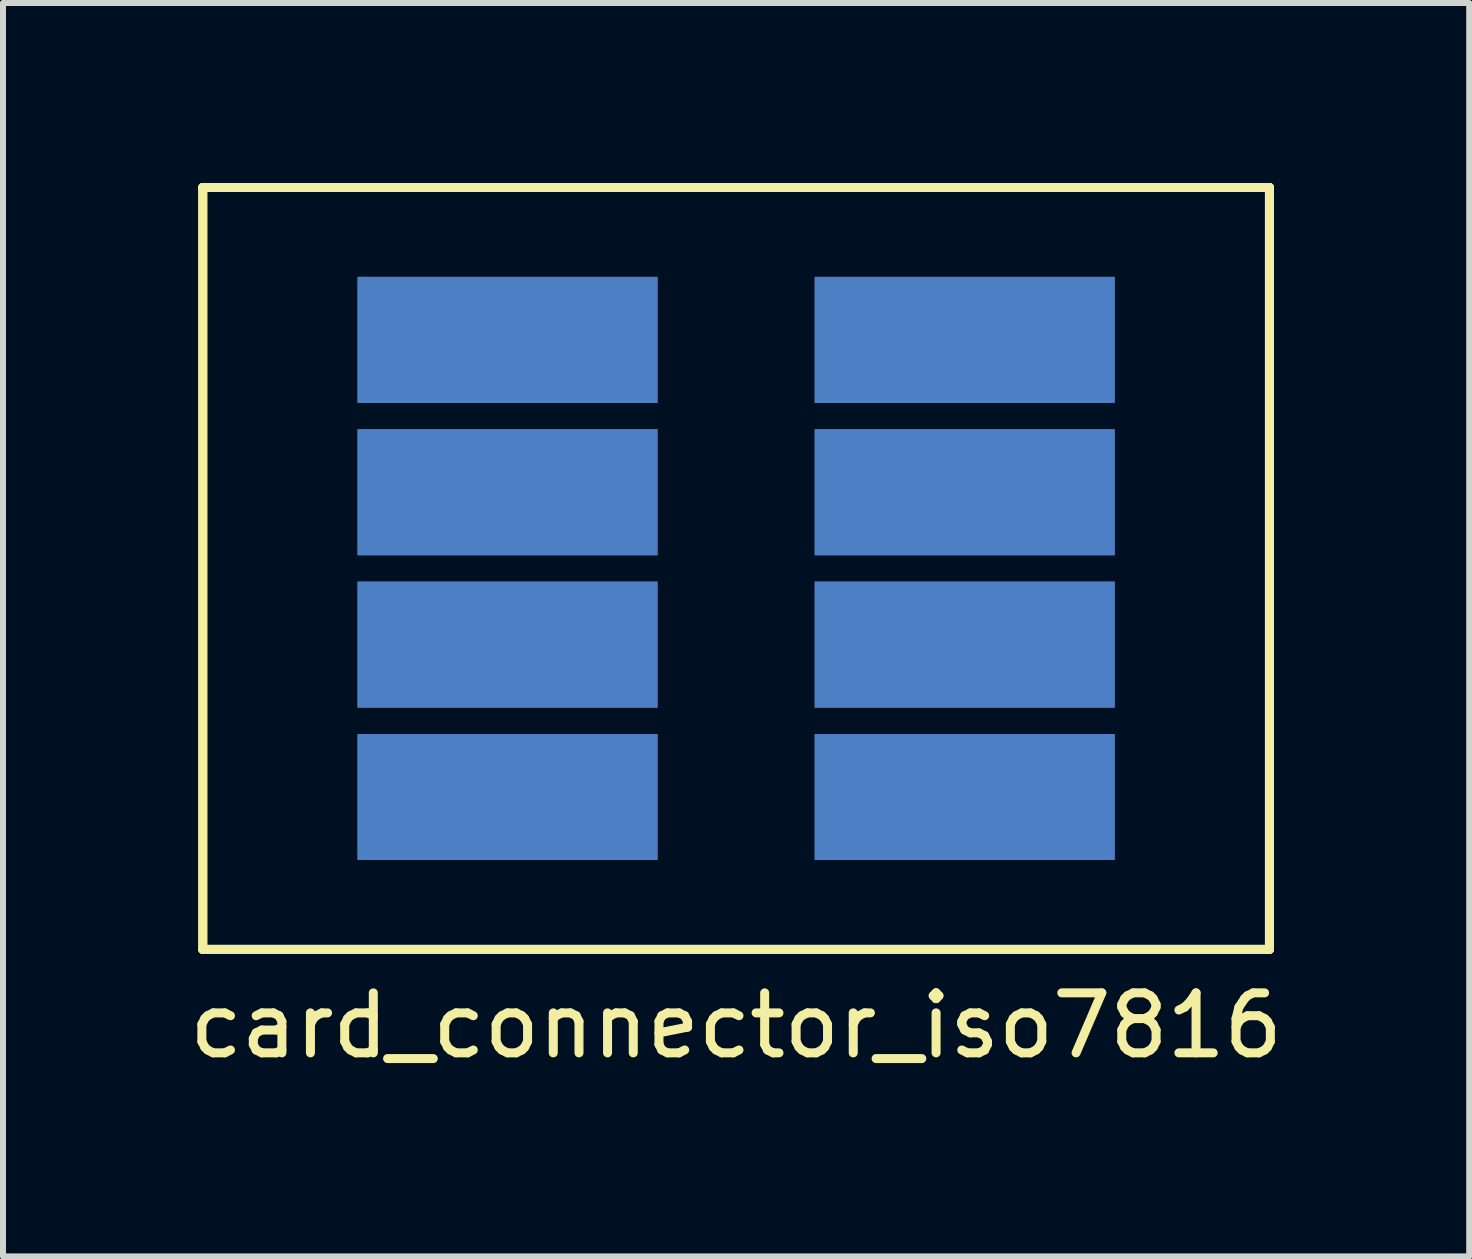
<source format=kicad_pcb>
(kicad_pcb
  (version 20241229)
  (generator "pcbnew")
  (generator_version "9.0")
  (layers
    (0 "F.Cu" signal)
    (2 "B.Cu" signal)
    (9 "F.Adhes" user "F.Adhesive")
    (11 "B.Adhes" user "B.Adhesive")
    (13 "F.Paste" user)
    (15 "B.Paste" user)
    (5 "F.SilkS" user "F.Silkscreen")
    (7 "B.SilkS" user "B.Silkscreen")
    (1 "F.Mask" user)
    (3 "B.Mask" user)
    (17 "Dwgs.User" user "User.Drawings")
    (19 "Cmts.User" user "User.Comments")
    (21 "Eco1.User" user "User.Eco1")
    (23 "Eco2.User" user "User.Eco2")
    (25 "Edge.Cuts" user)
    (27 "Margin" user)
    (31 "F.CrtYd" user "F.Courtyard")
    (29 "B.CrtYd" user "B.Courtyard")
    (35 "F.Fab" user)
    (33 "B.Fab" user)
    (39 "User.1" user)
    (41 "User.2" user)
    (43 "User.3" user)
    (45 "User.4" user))
  (footprint "card_connector_iso7816"
    (layer "F.Cu")
    (at 9.22 12.775)
    (property "Reference" "card_connector_iso7816" (at 0 1.27 0) (layer "F.SilkS") (effects (font (size 1 1) (thickness 0.15))))
    (attr through_hole)
    (fp_line (start -8.89 -12.7) (end -8.89 0) (stroke (width 0.15) (type solid)) (layer "F.SilkS"))
    (fp_line (start -8.89 -12.7) (end -8.89 0) (stroke (width 0.15) (type solid)) (layer "F.SilkS"))
    (fp_line (start -8.89 0) (end 8.89 0) (stroke (width 0.15) (type solid)) (layer "F.SilkS"))
    (fp_line (start -8.89 0) (end 8.89 0) (stroke (width 0.15) (type solid)) (layer "F.SilkS"))
    (fp_line (start 6.35 -12.7) (end -8.89 -12.7) (stroke (width 0.15) (type solid)) (layer "F.SilkS"))
    (fp_line (start 6.35 -12.7) (end -8.89 -12.7) (stroke (width 0.15) (type solid)) (layer "F.SilkS"))
    (fp_line (start 8.89 -12.7) (end 6.35 -12.7) (stroke (width 0.15) (type solid)) (layer "F.SilkS"))
    (fp_line (start 8.89 -12.7) (end 6.35 -12.7) (stroke (width 0.15) (type solid)) (layer "F.SilkS"))
    (fp_line (start 8.89 0) (end 8.89 -12.7) (stroke (width 0.15) (type solid)) (layer "F.SilkS"))
    (fp_line (start 8.89 0) (end 8.89 -12.7) (stroke (width 0.15) (type solid)) (layer "F.SilkS"))
    (pad "c1" connect rect (at 3.81 -10.16) (size 5 2.1) (layers "F.Mask" "B.Cu"))
    (pad "c1" connect rect (at 3.81 -10.16) (size 5 2.1) (layers "F.Mask" "B.Cu"))
    (pad "c2" connect rect (at 3.81 -7.62) (size 5 2.1) (layers "F.Mask" "B.Cu"))
    (pad "c2" connect rect (at 3.81 -7.62) (size 5 2.1) (layers "F.Mask" "B.Cu"))
    (pad "c3" connect rect (at 3.81 -5.08) (size 5 2.1) (layers "F.Mask" "B.Cu"))
    (pad "c3" connect rect (at 3.81 -5.08) (size 5 2.1) (layers "F.Mask" "B.Cu"))
    (pad "c4" connect rect (at 3.81 -2.54) (size 5 2.1) (layers "F.Mask" "B.Cu"))
    (pad "c4" connect rect (at 3.81 -2.54) (size 5 2.1) (layers "F.Mask" "B.Cu"))
    (pad "c5" connect rect (at -3.81 -10.16) (size 5 2.1) (layers "F.Mask" "B.Cu"))
    (pad "c5" connect rect (at -3.81 -10.16) (size 5 2.1) (layers "F.Mask" "B.Cu"))
    (pad "c6" connect rect (at -3.81 -7.62) (size 5 2.1) (layers "F.Mask" "B.Cu"))
    (pad "c6" connect rect (at -3.81 -7.62) (size 5 2.1) (layers "F.Mask" "B.Cu"))
    (pad "c7" connect rect (at -3.81 -5.08) (size 5 2.1) (layers "F.Mask" "B.Cu"))
    (pad "c7" connect rect (at -3.81 -5.08) (size 5 2.1) (layers "F.Mask" "B.Cu"))
    (pad "c8" connect rect (at -3.81 -2.54) (size 5 2.1) (layers "F.Mask" "B.Cu"))
    (pad "c8" connect rect (at -3.81 -2.54) (size 5 2.1) (layers "F.Mask" "B.Cu")))
  (gr_rect
    (start -3 -3)
    (end 21.44 17.893)
    (stroke (width 0.1) (type default))
    (fill no)
    (layer "Edge.Cuts")))
</source>
